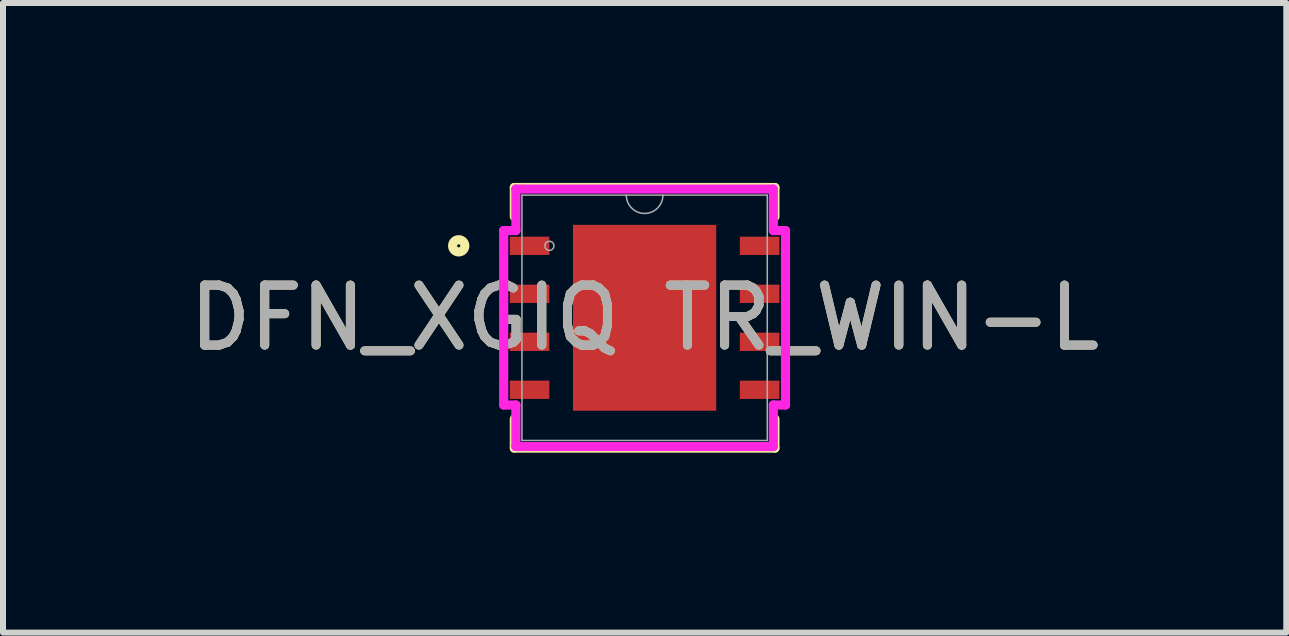
<source format=kicad_pcb>
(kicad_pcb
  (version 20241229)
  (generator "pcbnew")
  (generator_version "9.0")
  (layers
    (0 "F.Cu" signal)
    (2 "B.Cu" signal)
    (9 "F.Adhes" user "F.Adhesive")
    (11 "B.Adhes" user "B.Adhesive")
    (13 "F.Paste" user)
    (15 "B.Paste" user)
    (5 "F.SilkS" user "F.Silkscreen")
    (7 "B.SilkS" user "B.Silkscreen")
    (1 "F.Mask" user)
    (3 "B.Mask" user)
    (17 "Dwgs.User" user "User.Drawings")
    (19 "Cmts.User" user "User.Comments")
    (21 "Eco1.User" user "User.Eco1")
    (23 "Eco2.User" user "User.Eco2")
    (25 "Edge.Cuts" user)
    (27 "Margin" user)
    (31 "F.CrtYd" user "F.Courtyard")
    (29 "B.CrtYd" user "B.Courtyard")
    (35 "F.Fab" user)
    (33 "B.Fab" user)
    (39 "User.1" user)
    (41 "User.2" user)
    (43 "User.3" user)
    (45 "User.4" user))
  (footprint "DFN_XGIQ TR_WIN-L"
    (layer "F.Cu")
    (at 7.696 2.248)
    (property "Reference" "DFN_XGIQ TR_WIN-L" (at 0 0 0) (unlocked yes) (layer "F.SilkS") (effects (font (size 1 1) (thickness 0.15))))
    (attr smd)
    (fp_line (start -2.172 -2.172) (end -2.172 -1.685) (stroke (width 0.152) (type solid)) (layer "F.SilkS"))
    (fp_line (start -2.172 1.685) (end -2.172 2.172) (stroke (width 0.152) (type solid)) (layer "F.SilkS"))
    (fp_line (start -2.172 2.172) (end 2.172 2.172) (stroke (width 0.152) (type solid)) (layer "F.SilkS"))
    (fp_line (start 2.172 -2.172) (end -2.172 -2.172) (stroke (width 0.152) (type solid)) (layer "F.SilkS"))
    (fp_line (start 2.172 -1.685) (end 2.172 -2.172) (stroke (width 0.152) (type solid)) (layer "F.SilkS"))
    (fp_line (start 2.172 2.172) (end 2.172 1.685) (stroke (width 0.152) (type solid)) (layer "F.SilkS"))
    (fp_circle (center -3.099 -1.2) (end -2.997 -1.2) (stroke (width 0.152) (type solid)) (fill no) (layer "F.SilkS"))
    (fp_poly (pts (xy -1.094 -1.449) (xy -1.094 -0.1) (xy 1.094 -0.1) (xy 1.094 -1.449)) (stroke (width 0) (type solid)) (fill yes) (layer "F.Paste"))
    (fp_poly (pts (xy -1.094 0.1) (xy -1.094 1.449) (xy 1.094 1.449) (xy 1.094 0.1)) (stroke (width 0) (type solid)) (fill yes) (layer "F.Paste"))
    (fp_line (start -2.349 -1.454) (end -2.146 -1.454) (stroke (width 0.152) (type solid)) (layer "F.CrtYd"))
    (fp_line (start -2.349 1.454) (end -2.349 -1.454) (stroke (width 0.152) (type solid)) (layer "F.CrtYd"))
    (fp_line (start -2.349 1.454) (end -2.146 1.454) (stroke (width 0.152) (type solid)) (layer "F.CrtYd"))
    (fp_line (start -2.146 -2.146) (end 2.146 -2.146) (stroke (width 0.152) (type solid)) (layer "F.CrtYd"))
    (fp_line (start -2.146 -1.454) (end -2.146 -2.146) (stroke (width 0.152) (type solid)) (layer "F.CrtYd"))
    (fp_line (start -2.146 2.146) (end -2.146 1.454) (stroke (width 0.152) (type solid)) (layer "F.CrtYd"))
    (fp_line (start 2.146 -2.146) (end 2.146 -1.454) (stroke (width 0.152) (type solid)) (layer "F.CrtYd"))
    (fp_line (start 2.146 1.454) (end 2.146 2.146) (stroke (width 0.152) (type solid)) (layer "F.CrtYd"))
    (fp_line (start 2.146 2.146) (end -2.146 2.146) (stroke (width 0.152) (type solid)) (layer "F.CrtYd"))
    (fp_line (start 2.349 -1.454) (end 2.146 -1.454) (stroke (width 0.152) (type solid)) (layer "F.CrtYd"))
    (fp_line (start 2.349 -1.454) (end 2.349 1.454) (stroke (width 0.152) (type solid)) (layer "F.CrtYd"))
    (fp_line (start 2.349 1.454) (end 2.146 1.454) (stroke (width 0.152) (type solid)) (layer "F.CrtYd"))
    (fp_line (start -2.045 -2.045) (end -2.045 2.045) (stroke (width 0.025) (type solid)) (layer "F.Fab"))
    (fp_line (start -2.045 2.045) (end 2.045 2.045) (stroke (width 0.025) (type solid)) (layer "F.Fab"))
    (fp_line (start 2.045 -2.045) (end -2.045 -2.045) (stroke (width 0.025) (type solid)) (layer "F.Fab"))
    (fp_line (start 2.045 2.045) (end 2.045 -2.045) (stroke (width 0.025) (type solid)) (layer "F.Fab"))
    (fp_arc (start 0.3048 -2.0447) (mid 0 -1.7399) (end -0.3048 -2.0447) (stroke (width 0.0254) (type solid)) (layer "F.Fab"))
    (fp_circle (center -1.587 -1.2) (end -1.511 -1.2) (stroke (width 0.025) (type solid)) (fill no) (layer "F.Fab"))
    (fp_text user "${REFERENCE}" (at 0 0 0) (unlocked yes) (layer "F.Fab") (effects (font (size 1 1) (thickness 0.15))))
    (pad "1" smd rect (at -1.918 -1.2) (size 0.66 0.305) (layers "F.Cu" "F.Mask" "F.Paste"))
    (pad "2" smd rect (at -1.918 -0.4) (size 0.66 0.305) (layers "F.Cu" "F.Mask" "F.Paste"))
    (pad "3" smd rect (at -1.918 0.4) (size 0.66 0.305) (layers "F.Cu" "F.Mask" "F.Paste"))
    (pad "4" smd rect (at -1.918 1.2) (size 0.66 0.305) (layers "F.Cu" "F.Mask" "F.Paste"))
    (pad "5" smd rect (at 1.918 1.2) (size 0.66 0.305) (layers "F.Cu" "F.Mask" "F.Paste"))
    (pad "6" smd rect (at 1.918 0.4) (size 0.66 0.305) (layers "F.Cu" "F.Mask" "F.Paste"))
    (pad "7" smd rect (at 1.918 -0.4) (size 0.66 0.305) (layers "F.Cu" "F.Mask" "F.Paste"))
    (pad "8" smd rect (at 1.918 -1.2) (size 0.66 0.305) (layers "F.Cu" "F.Mask" "F.Paste"))
    (pad "9" smd rect (at 0 0) (size 2.388 3.099) (layers "F.Cu" "F.Mask" "F.Paste")))
  (gr_rect
    (start -3 -3)
    (end 18.393 7.496)
    (stroke (width 0.1) (type default))
    (fill no)
    (layer "Edge.Cuts")))
</source>
